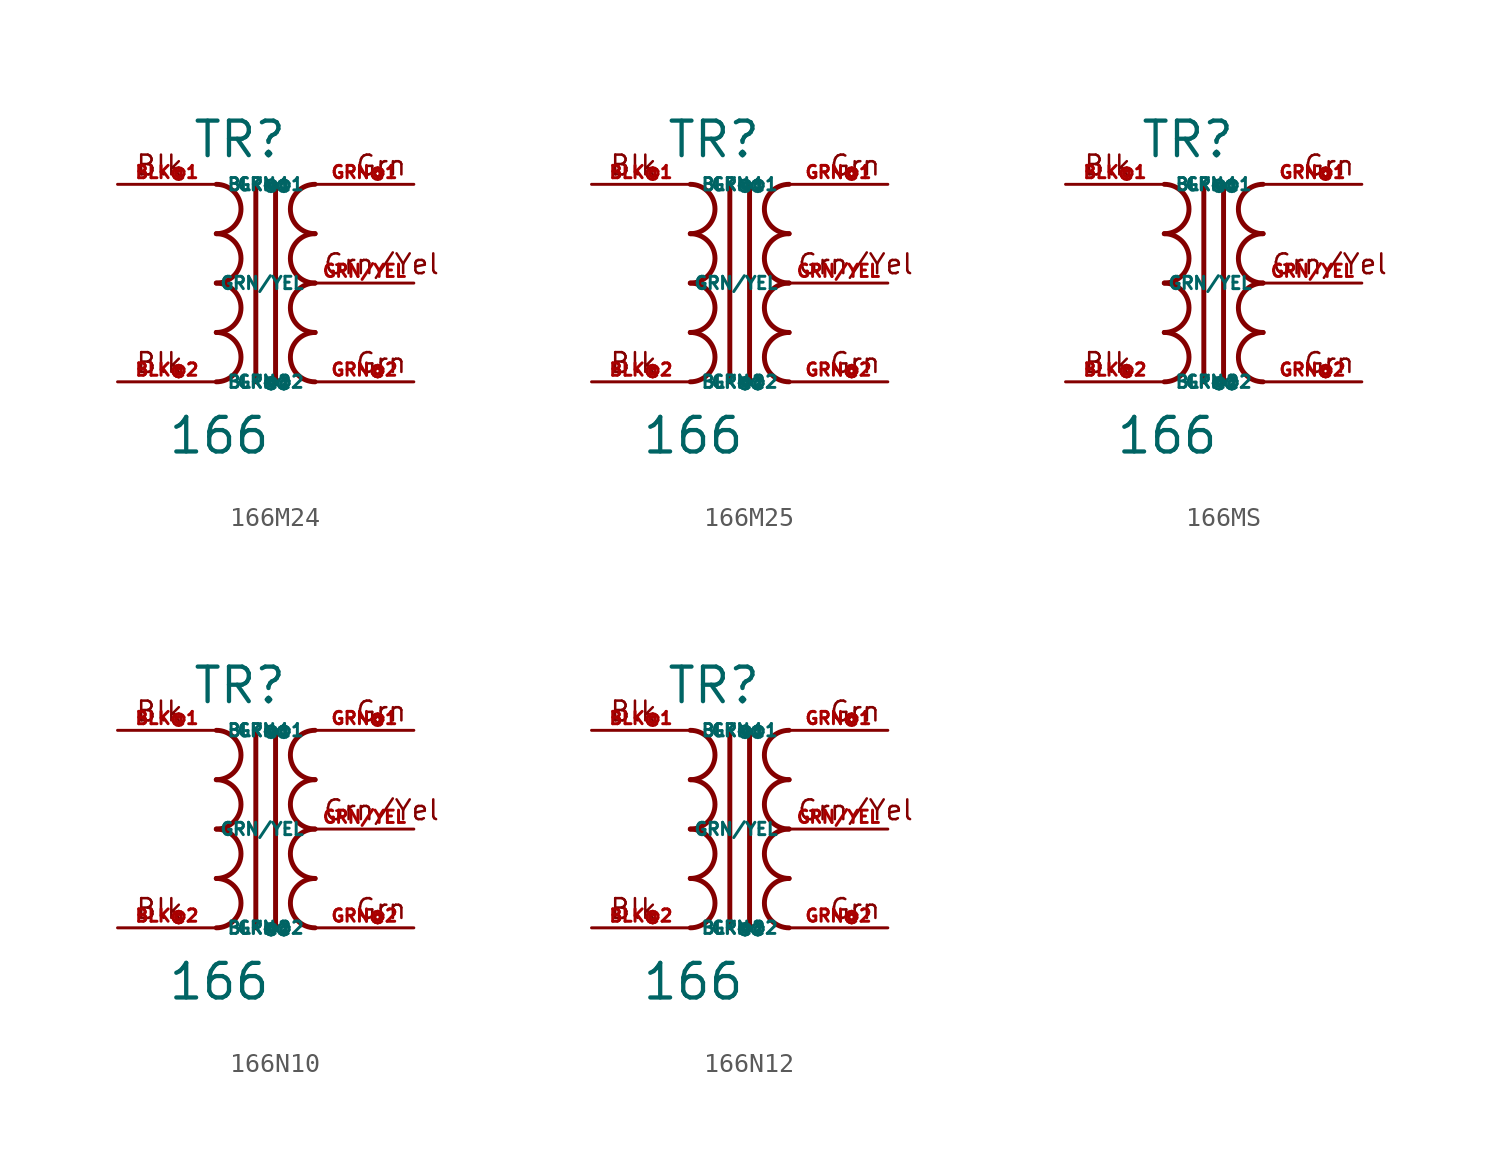
<source format=kicad_sym>
(kicad_symbol_lib
  (version 20220914)
  (generator Eagle2Kicad)
  (symbol "166M24"
    (property "Reference" "TR"
      (at -3.81 6.35 0)
      (effects (font (size 1.778 1.778) (thickness 0.22)) (justify left bottom)))
    (property "Value" "166"
      (at -5.08 -8.89 0)
      (effects (font (size 1.778 1.778) (thickness 0.22)) (justify left bottom)))
    (polyline
      (pts (xy -0.508 5.08) (xy -0.508 -5.08))
      (stroke (width 0.254) (type default))
      (fill (type none)))
    (arc
      (start -2.54 0)
      (mid -1.270 1.270)
      (end -2.54 2.54)
      (stroke (width 0.254) (type default))
      (fill (type none)))
    (arc
      (start -2.54 -2.54)
      (mid -1.270 -1.270)
      (end -2.54 0)
      (stroke (width 0.254) (type default))
      (fill (type none)))
    (arc
      (start -2.54 -5.08)
      (mid -1.270 -3.810)
      (end -2.54 -2.54)
      (stroke (width 0.254) (type default))
      (fill (type none)))
    (arc
      (start -2.54 2.54)
      (mid -1.270 3.810)
      (end -2.54 5.08)
      (stroke (width 0.254) (type default))
      (fill (type none)))
    (arc
      (start 2.54 2.54)
      (mid 1.270 1.270)
      (end 2.54 0)
      (stroke (width 0.254) (type default))
      (fill (type none)))
    (arc
      (start 2.54 5.08)
      (mid 1.270 3.810)
      (end 2.54 2.54)
      (stroke (width 0.254) (type default))
      (fill (type none)))
    (arc
      (start 2.54 0)
      (mid 1.270 -1.270)
      (end 2.54 -2.54)
      (stroke (width 0.254) (type default))
      (fill (type none)))
    (arc
      (start 2.54 -2.54)
      (mid 1.270 -3.810)
      (end 2.54 -5.08)
      (stroke (width 0.254) (type default))
      (fill (type none)))
    (polyline
      (pts (xy 0.508 5.08) (xy 0.508 -5.08))
      (stroke (width 0.254) (type default))
      (fill (type none)))
    (text "Blk"
      (at -6.731 5.461 0)
      (effects (font (size 1.016 1.016) (thickness 0.13)) (justify left bottom)))
    (text "Blk"
      (at -6.731 -4.699 0)
      (effects (font (size 1.016 1.016) (thickness 0.13)) (justify left bottom)))
    (text "Grn"
      (at 4.572 5.461 0)
      (effects (font (size 1.016 1.016) (thickness 0.13)) (justify left bottom)))
    (text "Grn"
      (at 4.572 -4.699 0)
      (effects (font (size 1.016 1.016) (thickness 0.13)) (justify left bottom)))
    (text "Grn/Yel"
      (at 2.921 0.381 0)
      (effects (font (size 1.016 1.016) (thickness 0.13)) (justify left bottom)))
    (pin passive line
      (at -7.62 5.08 0)
      (length 5.08)
      (name "BLK@1" (effects (font (size 0.635 0.635) (thickness 0.08)) (justify left bottom)))
      (number "BLK@1" (effects (font (size 0.635 0.635) (thickness 0.08)) (justify left bottom))))
    (pin passive line
      (at -7.62 -5.08 0)
      (length 5.08)
      (name "BLK@2" (effects (font (size 0.635 0.635) (thickness 0.08)) (justify left bottom)))
      (number "BLK@2" (effects (font (size 0.635 0.635) (thickness 0.08)) (justify left bottom))))
    (pin passive line
      (at 7.62 5.08 180)
      (length 5.08)
      (name "GRN@1" (effects (font (size 0.635 0.635) (thickness 0.08)) (justify left bottom)))
      (number "GRN@1" (effects (font (size 0.635 0.635) (thickness 0.08)) (justify left bottom))))
    (pin passive line
      (at 7.62 0 180)
      (length 5.08)
      (name "GRN/YEL" (effects (font (size 0.635 0.635) (thickness 0.08)) (justify left bottom)))
      (number "GRN/YEL" (effects (font (size 0.635 0.635) (thickness 0.08)) (justify left bottom))))
    (pin passive line
      (at 7.62 -5.08 180)
      (length 5.08)
      (name "GRN@2" (effects (font (size 0.635 0.635) (thickness 0.08)) (justify left bottom)))
      (number "GRN@2" (effects (font (size 0.635 0.635) (thickness 0.08)) (justify left bottom)))))
  (symbol "166M25"
    (property "Reference" "TR"
      (at -3.81 6.35 0)
      (effects (font (size 1.778 1.778) (thickness 0.22)) (justify left bottom)))
    (property "Value" "166"
      (at -5.08 -8.89 0)
      (effects (font (size 1.778 1.778) (thickness 0.22)) (justify left bottom)))
    (polyline
      (pts (xy -0.508 5.08) (xy -0.508 -5.08))
      (stroke (width 0.254) (type default))
      (fill (type none)))
    (arc
      (start -2.54 0)
      (mid -1.270 1.270)
      (end -2.54 2.54)
      (stroke (width 0.254) (type default))
      (fill (type none)))
    (arc
      (start -2.54 -2.54)
      (mid -1.270 -1.270)
      (end -2.54 0)
      (stroke (width 0.254) (type default))
      (fill (type none)))
    (arc
      (start -2.54 -5.08)
      (mid -1.270 -3.810)
      (end -2.54 -2.54)
      (stroke (width 0.254) (type default))
      (fill (type none)))
    (arc
      (start -2.54 2.54)
      (mid -1.270 3.810)
      (end -2.54 5.08)
      (stroke (width 0.254) (type default))
      (fill (type none)))
    (arc
      (start 2.54 2.54)
      (mid 1.270 1.270)
      (end 2.54 0)
      (stroke (width 0.254) (type default))
      (fill (type none)))
    (arc
      (start 2.54 5.08)
      (mid 1.270 3.810)
      (end 2.54 2.54)
      (stroke (width 0.254) (type default))
      (fill (type none)))
    (arc
      (start 2.54 0)
      (mid 1.270 -1.270)
      (end 2.54 -2.54)
      (stroke (width 0.254) (type default))
      (fill (type none)))
    (arc
      (start 2.54 -2.54)
      (mid 1.270 -3.810)
      (end 2.54 -5.08)
      (stroke (width 0.254) (type default))
      (fill (type none)))
    (polyline
      (pts (xy 0.508 5.08) (xy 0.508 -5.08))
      (stroke (width 0.254) (type default))
      (fill (type none)))
    (text "Blk"
      (at -6.731 5.461 0)
      (effects (font (size 1.016 1.016) (thickness 0.13)) (justify left bottom)))
    (text "Blk"
      (at -6.731 -4.699 0)
      (effects (font (size 1.016 1.016) (thickness 0.13)) (justify left bottom)))
    (text "Grn"
      (at 4.572 5.461 0)
      (effects (font (size 1.016 1.016) (thickness 0.13)) (justify left bottom)))
    (text "Grn"
      (at 4.572 -4.699 0)
      (effects (font (size 1.016 1.016) (thickness 0.13)) (justify left bottom)))
    (text "Grn/Yel"
      (at 2.921 0.381 0)
      (effects (font (size 1.016 1.016) (thickness 0.13)) (justify left bottom)))
    (pin passive line
      (at -7.62 5.08 0)
      (length 5.08)
      (name "BLK@1" (effects (font (size 0.635 0.635) (thickness 0.08)) (justify left bottom)))
      (number "BLK@1" (effects (font (size 0.635 0.635) (thickness 0.08)) (justify left bottom))))
    (pin passive line
      (at -7.62 -5.08 0)
      (length 5.08)
      (name "BLK@2" (effects (font (size 0.635 0.635) (thickness 0.08)) (justify left bottom)))
      (number "BLK@2" (effects (font (size 0.635 0.635) (thickness 0.08)) (justify left bottom))))
    (pin passive line
      (at 7.62 5.08 180)
      (length 5.08)
      (name "GRN@1" (effects (font (size 0.635 0.635) (thickness 0.08)) (justify left bottom)))
      (number "GRN@1" (effects (font (size 0.635 0.635) (thickness 0.08)) (justify left bottom))))
    (pin passive line
      (at 7.62 0 180)
      (length 5.08)
      (name "GRN/YEL" (effects (font (size 0.635 0.635) (thickness 0.08)) (justify left bottom)))
      (number "GRN/YEL" (effects (font (size 0.635 0.635) (thickness 0.08)) (justify left bottom))))
    (pin passive line
      (at 7.62 -5.08 180)
      (length 5.08)
      (name "GRN@2" (effects (font (size 0.635 0.635) (thickness 0.08)) (justify left bottom)))
      (number "GRN@2" (effects (font (size 0.635 0.635) (thickness 0.08)) (justify left bottom)))))
  (symbol "166MS"
    (property "Reference" "TR"
      (at -3.81 6.35 0)
      (effects (font (size 1.778 1.778) (thickness 0.22)) (justify left bottom)))
    (property "Value" "166"
      (at -5.08 -8.89 0)
      (effects (font (size 1.778 1.778) (thickness 0.22)) (justify left bottom)))
    (polyline
      (pts (xy -0.508 5.08) (xy -0.508 -5.08))
      (stroke (width 0.254) (type default))
      (fill (type none)))
    (arc
      (start -2.54 0)
      (mid -1.270 1.270)
      (end -2.54 2.54)
      (stroke (width 0.254) (type default))
      (fill (type none)))
    (arc
      (start -2.54 -2.54)
      (mid -1.270 -1.270)
      (end -2.54 0)
      (stroke (width 0.254) (type default))
      (fill (type none)))
    (arc
      (start -2.54 -5.08)
      (mid -1.270 -3.810)
      (end -2.54 -2.54)
      (stroke (width 0.254) (type default))
      (fill (type none)))
    (arc
      (start -2.54 2.54)
      (mid -1.270 3.810)
      (end -2.54 5.08)
      (stroke (width 0.254) (type default))
      (fill (type none)))
    (arc
      (start 2.54 2.54)
      (mid 1.270 1.270)
      (end 2.54 0)
      (stroke (width 0.254) (type default))
      (fill (type none)))
    (arc
      (start 2.54 5.08)
      (mid 1.270 3.810)
      (end 2.54 2.54)
      (stroke (width 0.254) (type default))
      (fill (type none)))
    (arc
      (start 2.54 0)
      (mid 1.270 -1.270)
      (end 2.54 -2.54)
      (stroke (width 0.254) (type default))
      (fill (type none)))
    (arc
      (start 2.54 -2.54)
      (mid 1.270 -3.810)
      (end 2.54 -5.08)
      (stroke (width 0.254) (type default))
      (fill (type none)))
    (polyline
      (pts (xy 0.508 5.08) (xy 0.508 -5.08))
      (stroke (width 0.254) (type default))
      (fill (type none)))
    (text "Blk"
      (at -6.731 5.461 0)
      (effects (font (size 1.016 1.016) (thickness 0.13)) (justify left bottom)))
    (text "Blk"
      (at -6.731 -4.699 0)
      (effects (font (size 1.016 1.016) (thickness 0.13)) (justify left bottom)))
    (text "Grn"
      (at 4.572 5.461 0)
      (effects (font (size 1.016 1.016) (thickness 0.13)) (justify left bottom)))
    (text "Grn"
      (at 4.572 -4.699 0)
      (effects (font (size 1.016 1.016) (thickness 0.13)) (justify left bottom)))
    (text "Grn/Yel"
      (at 2.921 0.381 0)
      (effects (font (size 1.016 1.016) (thickness 0.13)) (justify left bottom)))
    (pin passive line
      (at -7.62 5.08 0)
      (length 5.08)
      (name "BLK@1" (effects (font (size 0.635 0.635) (thickness 0.08)) (justify left bottom)))
      (number "BLK@1" (effects (font (size 0.635 0.635) (thickness 0.08)) (justify left bottom))))
    (pin passive line
      (at -7.62 -5.08 0)
      (length 5.08)
      (name "BLK@2" (effects (font (size 0.635 0.635) (thickness 0.08)) (justify left bottom)))
      (number "BLK@2" (effects (font (size 0.635 0.635) (thickness 0.08)) (justify left bottom))))
    (pin passive line
      (at 7.62 5.08 180)
      (length 5.08)
      (name "GRN@1" (effects (font (size 0.635 0.635) (thickness 0.08)) (justify left bottom)))
      (number "GRN@1" (effects (font (size 0.635 0.635) (thickness 0.08)) (justify left bottom))))
    (pin passive line
      (at 7.62 0 180)
      (length 5.08)
      (name "GRN/YEL" (effects (font (size 0.635 0.635) (thickness 0.08)) (justify left bottom)))
      (number "GRN/YEL" (effects (font (size 0.635 0.635) (thickness 0.08)) (justify left bottom))))
    (pin passive line
      (at 7.62 -5.08 180)
      (length 5.08)
      (name "GRN@2" (effects (font (size 0.635 0.635) (thickness 0.08)) (justify left bottom)))
      (number "GRN@2" (effects (font (size 0.635 0.635) (thickness 0.08)) (justify left bottom)))))
  (symbol "166N10"
    (property "Reference" "TR"
      (at -3.81 6.35 0)
      (effects (font (size 1.778 1.778) (thickness 0.22)) (justify left bottom)))
    (property "Value" "166"
      (at -5.08 -8.89 0)
      (effects (font (size 1.778 1.778) (thickness 0.22)) (justify left bottom)))
    (polyline
      (pts (xy -0.508 5.08) (xy -0.508 -5.08))
      (stroke (width 0.254) (type default))
      (fill (type none)))
    (arc
      (start -2.54 0)
      (mid -1.270 1.270)
      (end -2.54 2.54)
      (stroke (width 0.254) (type default))
      (fill (type none)))
    (arc
      (start -2.54 -2.54)
      (mid -1.270 -1.270)
      (end -2.54 0)
      (stroke (width 0.254) (type default))
      (fill (type none)))
    (arc
      (start -2.54 -5.08)
      (mid -1.270 -3.810)
      (end -2.54 -2.54)
      (stroke (width 0.254) (type default))
      (fill (type none)))
    (arc
      (start -2.54 2.54)
      (mid -1.270 3.810)
      (end -2.54 5.08)
      (stroke (width 0.254) (type default))
      (fill (type none)))
    (arc
      (start 2.54 2.54)
      (mid 1.270 1.270)
      (end 2.54 0)
      (stroke (width 0.254) (type default))
      (fill (type none)))
    (arc
      (start 2.54 5.08)
      (mid 1.270 3.810)
      (end 2.54 2.54)
      (stroke (width 0.254) (type default))
      (fill (type none)))
    (arc
      (start 2.54 0)
      (mid 1.270 -1.270)
      (end 2.54 -2.54)
      (stroke (width 0.254) (type default))
      (fill (type none)))
    (arc
      (start 2.54 -2.54)
      (mid 1.270 -3.810)
      (end 2.54 -5.08)
      (stroke (width 0.254) (type default))
      (fill (type none)))
    (polyline
      (pts (xy 0.508 5.08) (xy 0.508 -5.08))
      (stroke (width 0.254) (type default))
      (fill (type none)))
    (text "Blk"
      (at -6.731 5.461 0)
      (effects (font (size 1.016 1.016) (thickness 0.13)) (justify left bottom)))
    (text "Blk"
      (at -6.731 -4.699 0)
      (effects (font (size 1.016 1.016) (thickness 0.13)) (justify left bottom)))
    (text "Grn"
      (at 4.572 5.461 0)
      (effects (font (size 1.016 1.016) (thickness 0.13)) (justify left bottom)))
    (text "Grn"
      (at 4.572 -4.699 0)
      (effects (font (size 1.016 1.016) (thickness 0.13)) (justify left bottom)))
    (text "Grn/Yel"
      (at 2.921 0.381 0)
      (effects (font (size 1.016 1.016) (thickness 0.13)) (justify left bottom)))
    (pin passive line
      (at -7.62 5.08 0)
      (length 5.08)
      (name "BLK@1" (effects (font (size 0.635 0.635) (thickness 0.08)) (justify left bottom)))
      (number "BLK@1" (effects (font (size 0.635 0.635) (thickness 0.08)) (justify left bottom))))
    (pin passive line
      (at -7.62 -5.08 0)
      (length 5.08)
      (name "BLK@2" (effects (font (size 0.635 0.635) (thickness 0.08)) (justify left bottom)))
      (number "BLK@2" (effects (font (size 0.635 0.635) (thickness 0.08)) (justify left bottom))))
    (pin passive line
      (at 7.62 5.08 180)
      (length 5.08)
      (name "GRN@1" (effects (font (size 0.635 0.635) (thickness 0.08)) (justify left bottom)))
      (number "GRN@1" (effects (font (size 0.635 0.635) (thickness 0.08)) (justify left bottom))))
    (pin passive line
      (at 7.62 0 180)
      (length 5.08)
      (name "GRN/YEL" (effects (font (size 0.635 0.635) (thickness 0.08)) (justify left bottom)))
      (number "GRN/YEL" (effects (font (size 0.635 0.635) (thickness 0.08)) (justify left bottom))))
    (pin passive line
      (at 7.62 -5.08 180)
      (length 5.08)
      (name "GRN@2" (effects (font (size 0.635 0.635) (thickness 0.08)) (justify left bottom)))
      (number "GRN@2" (effects (font (size 0.635 0.635) (thickness 0.08)) (justify left bottom)))))
  (symbol "166N12"
    (property "Reference" "TR"
      (at -3.81 6.35 0)
      (effects (font (size 1.778 1.778) (thickness 0.22)) (justify left bottom)))
    (property "Value" "166"
      (at -5.08 -8.89 0)
      (effects (font (size 1.778 1.778) (thickness 0.22)) (justify left bottom)))
    (polyline
      (pts (xy -0.508 5.08) (xy -0.508 -5.08))
      (stroke (width 0.254) (type default))
      (fill (type none)))
    (arc
      (start -2.54 0)
      (mid -1.270 1.270)
      (end -2.54 2.54)
      (stroke (width 0.254) (type default))
      (fill (type none)))
    (arc
      (start -2.54 -2.54)
      (mid -1.270 -1.270)
      (end -2.54 0)
      (stroke (width 0.254) (type default))
      (fill (type none)))
    (arc
      (start -2.54 -5.08)
      (mid -1.270 -3.810)
      (end -2.54 -2.54)
      (stroke (width 0.254) (type default))
      (fill (type none)))
    (arc
      (start -2.54 2.54)
      (mid -1.270 3.810)
      (end -2.54 5.08)
      (stroke (width 0.254) (type default))
      (fill (type none)))
    (arc
      (start 2.54 2.54)
      (mid 1.270 1.270)
      (end 2.54 0)
      (stroke (width 0.254) (type default))
      (fill (type none)))
    (arc
      (start 2.54 5.08)
      (mid 1.270 3.810)
      (end 2.54 2.54)
      (stroke (width 0.254) (type default))
      (fill (type none)))
    (arc
      (start 2.54 0)
      (mid 1.270 -1.270)
      (end 2.54 -2.54)
      (stroke (width 0.254) (type default))
      (fill (type none)))
    (arc
      (start 2.54 -2.54)
      (mid 1.270 -3.810)
      (end 2.54 -5.08)
      (stroke (width 0.254) (type default))
      (fill (type none)))
    (polyline
      (pts (xy 0.508 5.08) (xy 0.508 -5.08))
      (stroke (width 0.254) (type default))
      (fill (type none)))
    (text "Blk"
      (at -6.731 5.461 0)
      (effects (font (size 1.016 1.016) (thickness 0.13)) (justify left bottom)))
    (text "Blk"
      (at -6.731 -4.699 0)
      (effects (font (size 1.016 1.016) (thickness 0.13)) (justify left bottom)))
    (text "Grn"
      (at 4.572 5.461 0)
      (effects (font (size 1.016 1.016) (thickness 0.13)) (justify left bottom)))
    (text "Grn"
      (at 4.572 -4.699 0)
      (effects (font (size 1.016 1.016) (thickness 0.13)) (justify left bottom)))
    (text "Grn/Yel"
      (at 2.921 0.381 0)
      (effects (font (size 1.016 1.016) (thickness 0.13)) (justify left bottom)))
    (pin passive line
      (at -7.62 5.08 0)
      (length 5.08)
      (name "BLK@1" (effects (font (size 0.635 0.635) (thickness 0.08)) (justify left bottom)))
      (number "BLK@1" (effects (font (size 0.635 0.635) (thickness 0.08)) (justify left bottom))))
    (pin passive line
      (at -7.62 -5.08 0)
      (length 5.08)
      (name "BLK@2" (effects (font (size 0.635 0.635) (thickness 0.08)) (justify left bottom)))
      (number "BLK@2" (effects (font (size 0.635 0.635) (thickness 0.08)) (justify left bottom))))
    (pin passive line
      (at 7.62 5.08 180)
      (length 5.08)
      (name "GRN@1" (effects (font (size 0.635 0.635) (thickness 0.08)) (justify left bottom)))
      (number "GRN@1" (effects (font (size 0.635 0.635) (thickness 0.08)) (justify left bottom))))
    (pin passive line
      (at 7.62 0 180)
      (length 5.08)
      (name "GRN/YEL" (effects (font (size 0.635 0.635) (thickness 0.08)) (justify left bottom)))
      (number "GRN/YEL" (effects (font (size 0.635 0.635) (thickness 0.08)) (justify left bottom))))
    (pin passive line
      (at 7.62 -5.08 180)
      (length 5.08)
      (name "GRN@2" (effects (font (size 0.635 0.635) (thickness 0.08)) (justify left bottom)))
      (number "GRN@2" (effects (font (size 0.635 0.635) (thickness 0.08)) (justify left bottom))))))
</source>
